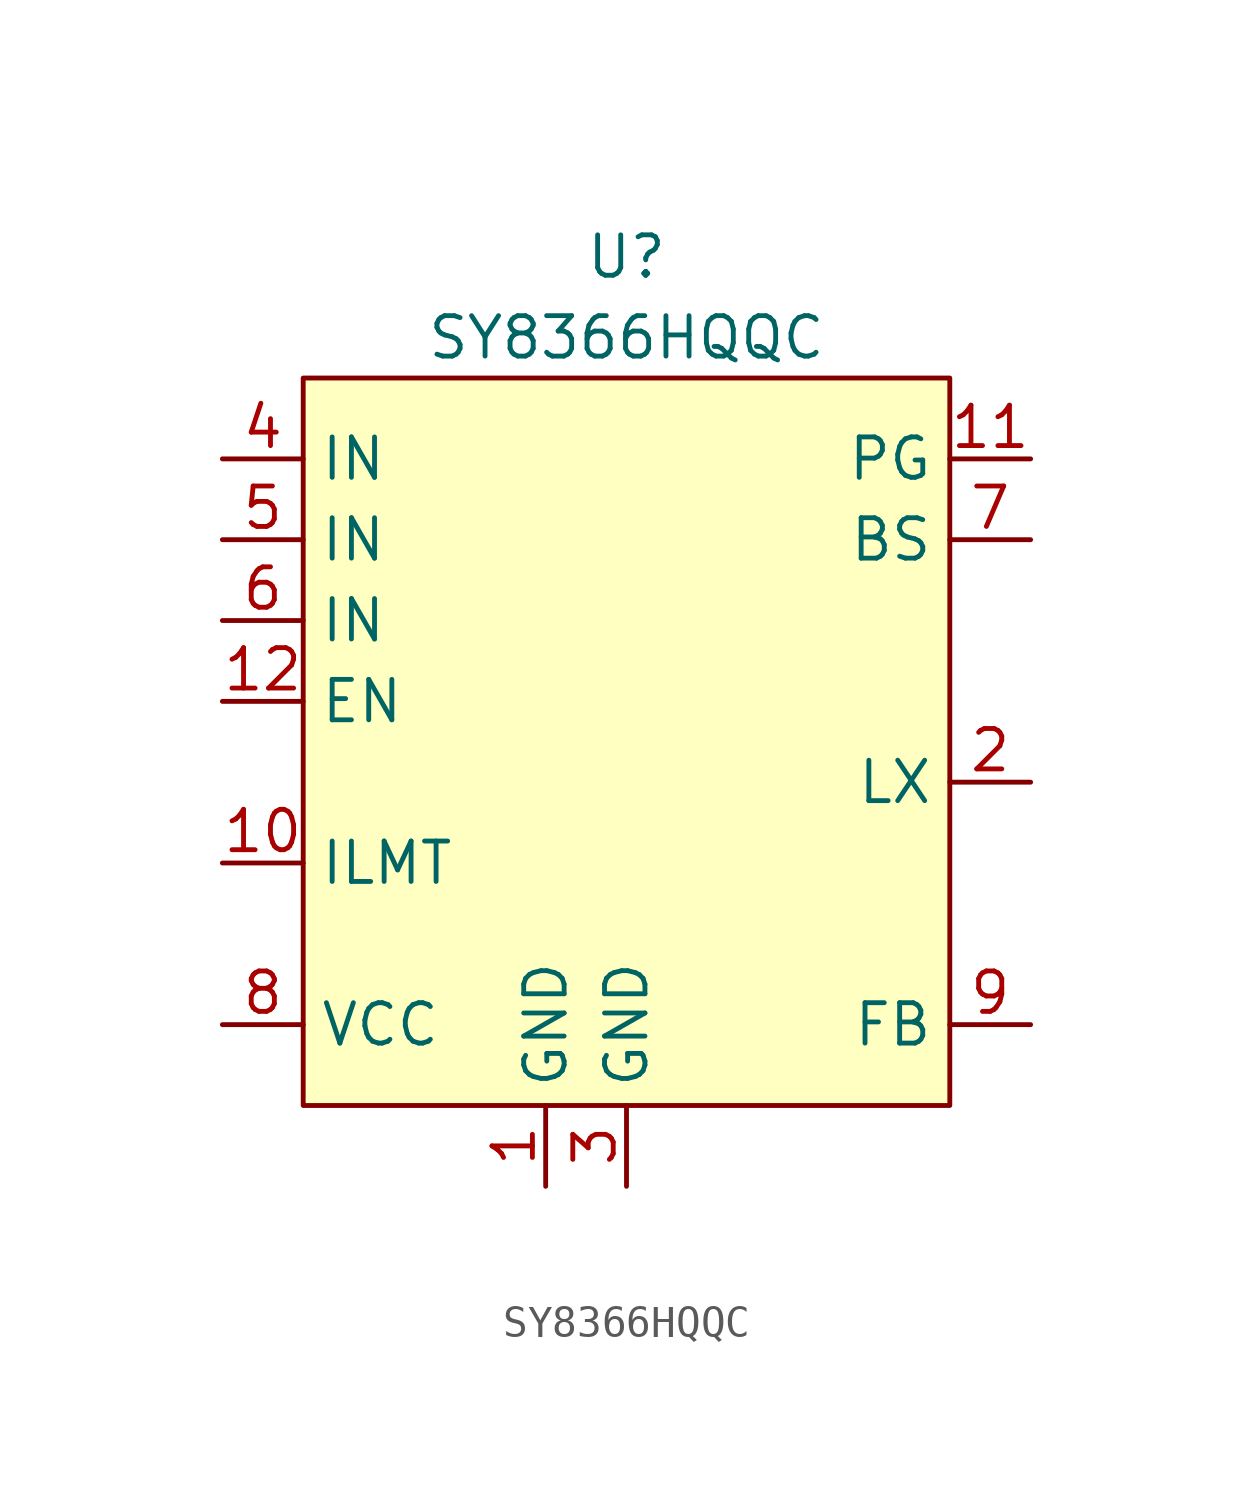
<source format=kicad_sym>
(kicad_symbol_lib
  (version 20220914)
  (generator kicad_symbol_editor)
  (symbol "SY8366HQQC"
    (property "Reference" "U"
      (at 0 12.7 0)
      (effects (font (size 1.27 1.27))))
    (property "Value" "SY8366HQQC"
      (at 0 10.16 0)
      (effects (font (size 1.27 1.27))))
    (symbol "SY8366HQQC_0_1"
      (rectangle (start -10.16 8.89) (end 10.16 -13.97) (stroke (width 0) (type default)) (fill (type background)))
      (pin unspecified line (at -2.54 -16.51 90) (length 2.54) (name "GND" (effects (font (size 1.27 1.27)))) (number "1" (effects (font (size 1.27 1.27)))))
      (pin unspecified line (at -12.7 -6.35 0) (length 2.54) (name "ILMT" (effects (font (size 1.27 1.27)))) (number "10" (effects (font (size 1.27 1.27)))))
      (pin unspecified line (at 12.7 6.35 180) (length 2.54) (name "PG" (effects (font (size 1.27 1.27)))) (number "11" (effects (font (size 1.27 1.27)))))
      (pin unspecified line (at -12.7 -1.27 0) (length 2.54) (name "EN" (effects (font (size 1.27 1.27)))) (number "12" (effects (font (size 1.27 1.27)))))
      (pin unspecified line (at 12.7 -3.81 180) (length 2.54) (name "LX" (effects (font (size 1.27 1.27)))) (number "2" (effects (font (size 1.27 1.27)))))
      (pin unspecified line (at -12.7 3.81 0) (length 2.54) (name "IN" (effects (font (size 1.27 1.27)))) (number "5" (effects (font (size 1.27 1.27)))))
      (pin unspecified line (at -12.7 1.27 0) (length 2.54) (name "IN" (effects (font (size 1.27 1.27)))) (number "6" (effects (font (size 1.27 1.27)))))
      (pin unspecified line (at 12.7 3.81 180) (length 2.54) (name "BS" (effects (font (size 1.27 1.27)))) (number "7" (effects (font (size 1.27 1.27)))))
      (pin unspecified line (at -12.7 -11.43 0) (length 2.54) (name "VCC" (effects (font (size 1.27 1.27)))) (number "8" (effects (font (size 1.27 1.27)))))
      (pin unspecified line (at 12.7 -11.43 180) (length 2.54) (name "FB" (effects (font (size 1.27 1.27)))) (number "9" (effects (font (size 1.27 1.27))))))
    (symbol "SY8366HQQC_1_1"
      (pin unspecified line (at 0 -16.51 90) (length 2.54) (name "GND" (effects (font (size 1.27 1.27)))) (number "3" (effects (font (size 1.27 1.27)))))
      (pin unspecified line (at -12.7 6.35 0) (length 2.54) (name "IN" (effects (font (size 1.27 1.27)))) (number "4" (effects (font (size 1.27 1.27))))))))
</source>
